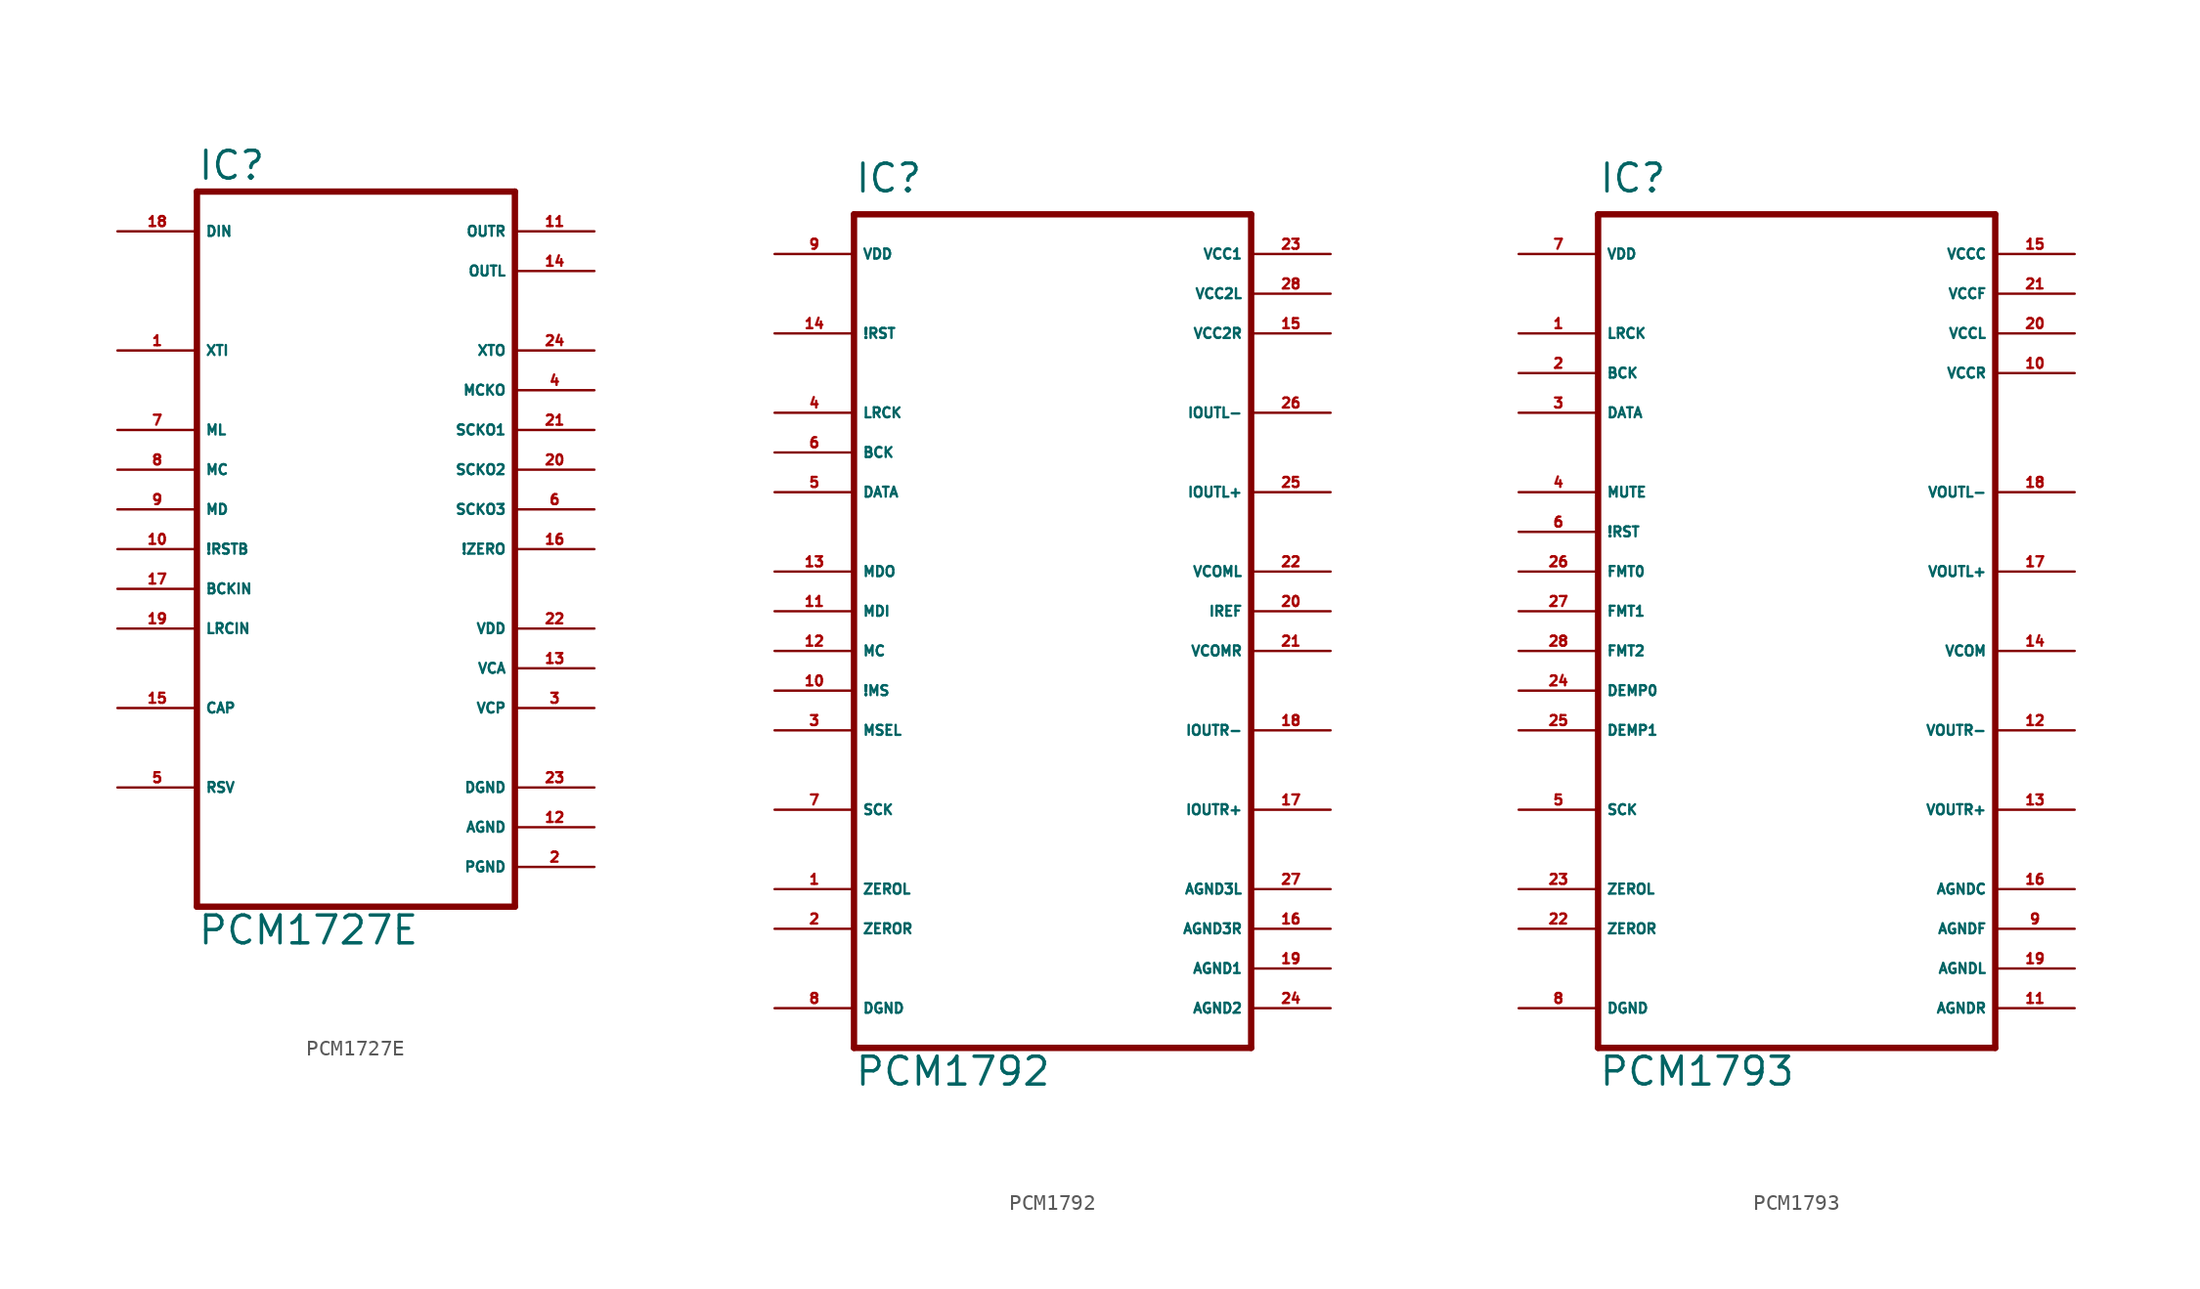
<source format=kicad_sym>
(kicad_symbol_lib
  (version 20220914)
  (generator Eagle2Kicad)
  (symbol "PCM1727E"
    (property "Reference" "IC"
      (at -10.16 23.495 0)
      (effects (font (size 1.778 1.778) (thickness 0.22)) (justify left bottom)))
    (property "Value" "PCM1727E"
      (at -10.16 -25.4 0)
      (effects (font (size 1.778 1.778) (thickness 0.22)) (justify left bottom)))
    (polyline
      (pts (xy 10.16 -22.86) (xy -10.16 -22.86))
      (stroke (width 0.406) (type default))
      (fill (type none)))
    (polyline
      (pts (xy -10.16 -22.86) (xy -10.16 22.86))
      (stroke (width 0.406) (type default))
      (fill (type none)))
    (polyline
      (pts (xy -10.16 22.86) (xy 10.16 22.86))
      (stroke (width 0.406) (type default))
      (fill (type none)))
    (polyline
      (pts (xy 10.16 22.86) (xy 10.16 -22.86))
      (stroke (width 0.406) (type default))
      (fill (type none)))
    (pin input line
      (at -15.24 20.32 0)
      (length 5.08)
      (name "DIN" (effects (font (size 0.635 0.635) (thickness 0.08)) (justify left bottom)))
      (number "18" (effects (font (size 0.635 0.635) (thickness 0.08)) (justify left bottom))))
    (pin input line
      (at -15.24 12.7 0)
      (length 5.08)
      (name "XTI" (effects (font (size 0.635 0.635) (thickness 0.08)) (justify left bottom)))
      (number "1" (effects (font (size 0.635 0.635) (thickness 0.08)) (justify left bottom))))
    (pin input line
      (at -15.24 7.62 0)
      (length 5.08)
      (name "ML" (effects (font (size 0.635 0.635) (thickness 0.08)) (justify left bottom)))
      (number "7" (effects (font (size 0.635 0.635) (thickness 0.08)) (justify left bottom))))
    (pin input line
      (at -15.24 5.08 0)
      (length 5.08)
      (name "MC" (effects (font (size 0.635 0.635) (thickness 0.08)) (justify left bottom)))
      (number "8" (effects (font (size 0.635 0.635) (thickness 0.08)) (justify left bottom))))
    (pin input line
      (at -15.24 2.54 0)
      (length 5.08)
      (name "MD" (effects (font (size 0.635 0.635) (thickness 0.08)) (justify left bottom)))
      (number "9" (effects (font (size 0.635 0.635) (thickness 0.08)) (justify left bottom))))
    (pin input line
      (at -15.24 0 0)
      (length 5.08)
      (name "!RSTB" (effects (font (size 0.635 0.635) (thickness 0.08)) (justify left bottom)))
      (number "10" (effects (font (size 0.635 0.635) (thickness 0.08)) (justify left bottom))))
    (pin input line
      (at -15.24 -2.54 0)
      (length 5.08)
      (name "BCKIN" (effects (font (size 0.635 0.635) (thickness 0.08)) (justify left bottom)))
      (number "17" (effects (font (size 0.635 0.635) (thickness 0.08)) (justify left bottom))))
    (pin input line
      (at -15.24 -5.08 0)
      (length 5.08)
      (name "LRCIN" (effects (font (size 0.635 0.635) (thickness 0.08)) (justify left bottom)))
      (number "19" (effects (font (size 0.635 0.635) (thickness 0.08)) (justify left bottom))))
    (pin output line
      (at 15.24 20.32 180)
      (length 5.08)
      (name "OUTR" (effects (font (size 0.635 0.635) (thickness 0.08)) (justify left bottom)))
      (number "11" (effects (font (size 0.635 0.635) (thickness 0.08)) (justify left bottom))))
    (pin output line
      (at 15.24 17.78 180)
      (length 5.08)
      (name "OUTL" (effects (font (size 0.635 0.635) (thickness 0.08)) (justify left bottom)))
      (number "14" (effects (font (size 0.635 0.635) (thickness 0.08)) (justify left bottom))))
    (pin output line
      (at 15.24 10.16 180)
      (length 5.08)
      (name "MCKO" (effects (font (size 0.635 0.635) (thickness 0.08)) (justify left bottom)))
      (number "4" (effects (font (size 0.635 0.635) (thickness 0.08)) (justify left bottom))))
    (pin output line
      (at 15.24 7.62 180)
      (length 5.08)
      (name "SCKO1" (effects (font (size 0.635 0.635) (thickness 0.08)) (justify left bottom)))
      (number "21" (effects (font (size 0.635 0.635) (thickness 0.08)) (justify left bottom))))
    (pin output line
      (at 15.24 5.08 180)
      (length 5.08)
      (name "SCKO2" (effects (font (size 0.635 0.635) (thickness 0.08)) (justify left bottom)))
      (number "20" (effects (font (size 0.635 0.635) (thickness 0.08)) (justify left bottom))))
    (pin output line
      (at 15.24 2.54 180)
      (length 5.08)
      (name "SCKO3" (effects (font (size 0.635 0.635) (thickness 0.08)) (justify left bottom)))
      (number "6" (effects (font (size 0.635 0.635) (thickness 0.08)) (justify left bottom))))
    (pin output line
      (at 15.24 12.7 180)
      (length 5.08)
      (name "XTO" (effects (font (size 0.635 0.635) (thickness 0.08)) (justify left bottom)))
      (number "24" (effects (font (size 0.635 0.635) (thickness 0.08)) (justify left bottom))))
    (pin output line
      (at 15.24 0 180)
      (length 5.08)
      (name "!ZERO" (effects (font (size 0.635 0.635) (thickness 0.08)) (justify left bottom)))
      (number "16" (effects (font (size 0.635 0.635) (thickness 0.08)) (justify left bottom))))
    (pin unspecified line
      (at 15.24 -5.08 180)
      (length 5.08)
      (name "VDD" (effects (font (size 0.635 0.635) (thickness 0.08)) (justify left bottom)))
      (number "22" (effects (font (size 0.635 0.635) (thickness 0.08)) (justify left bottom))))
    (pin unspecified line
      (at 15.24 -7.62 180)
      (length 5.08)
      (name "VCA" (effects (font (size 0.635 0.635) (thickness 0.08)) (justify left bottom)))
      (number "13" (effects (font (size 0.635 0.635) (thickness 0.08)) (justify left bottom))))
    (pin unspecified line
      (at 15.24 -10.16 180)
      (length 5.08)
      (name "VCP" (effects (font (size 0.635 0.635) (thickness 0.08)) (justify left bottom)))
      (number "3" (effects (font (size 0.635 0.635) (thickness 0.08)) (justify left bottom))))
    (pin unspecified line
      (at 15.24 -15.24 180)
      (length 5.08)
      (name "DGND" (effects (font (size 0.635 0.635) (thickness 0.08)) (justify left bottom)))
      (number "23" (effects (font (size 0.635 0.635) (thickness 0.08)) (justify left bottom))))
    (pin unspecified line
      (at 15.24 -17.78 180)
      (length 5.08)
      (name "AGND" (effects (font (size 0.635 0.635) (thickness 0.08)) (justify left bottom)))
      (number "12" (effects (font (size 0.635 0.635) (thickness 0.08)) (justify left bottom))))
    (pin unspecified line
      (at 15.24 -20.32 180)
      (length 5.08)
      (name "PGND" (effects (font (size 0.635 0.635) (thickness 0.08)) (justify left bottom)))
      (number "2" (effects (font (size 0.635 0.635) (thickness 0.08)) (justify left bottom))))
    (pin passive line
      (at -15.24 -15.24 0)
      (length 5.08)
      (name "RSV" (effects (font (size 0.635 0.635) (thickness 0.08)) (justify left bottom)))
      (number "5" (effects (font (size 0.635 0.635) (thickness 0.08)) (justify left bottom))))
    (pin passive line
      (at -15.24 -10.16 0)
      (length 5.08)
      (name "CAP" (effects (font (size 0.635 0.635) (thickness 0.08)) (justify left bottom)))
      (number "15" (effects (font (size 0.635 0.635) (thickness 0.08)) (justify left bottom)))))
  (symbol "PCM1792"
    (property "Reference" "IC"
      (at -12.7 29.21 0)
      (effects (font (size 1.778 1.778) (thickness 0.22)) (justify left bottom)))
    (property "Value" "PCM1792"
      (at -12.7 -27.94 0)
      (effects (font (size 1.778 1.778) (thickness 0.22)) (justify left bottom)))
    (polyline
      (pts (xy 12.7 -25.4) (xy -12.7 -25.4))
      (stroke (width 0.406) (type default))
      (fill (type none)))
    (polyline
      (pts (xy -12.7 -25.4) (xy -12.7 27.94))
      (stroke (width 0.406) (type default))
      (fill (type none)))
    (polyline
      (pts (xy -12.7 27.94) (xy 12.7 27.94))
      (stroke (width 0.406) (type default))
      (fill (type none)))
    (polyline
      (pts (xy 12.7 27.94) (xy 12.7 -25.4))
      (stroke (width 0.406) (type default))
      (fill (type none)))
    (pin input line
      (at -17.78 -5.08 0)
      (length 5.08)
      (name "MSEL" (effects (font (size 0.635 0.635) (thickness 0.08)) (justify left bottom)))
      (number "3" (effects (font (size 0.635 0.635) (thickness 0.08)) (justify left bottom))))
    (pin input line
      (at -17.78 15.24 0)
      (length 5.08)
      (name "LRCK" (effects (font (size 0.635 0.635) (thickness 0.08)) (justify left bottom)))
      (number "4" (effects (font (size 0.635 0.635) (thickness 0.08)) (justify left bottom))))
    (pin input line
      (at -17.78 10.16 0)
      (length 5.08)
      (name "DATA" (effects (font (size 0.635 0.635) (thickness 0.08)) (justify left bottom)))
      (number "5" (effects (font (size 0.635 0.635) (thickness 0.08)) (justify left bottom))))
    (pin input line
      (at -17.78 2.54 0)
      (length 5.08)
      (name "MDI" (effects (font (size 0.635 0.635) (thickness 0.08)) (justify left bottom)))
      (number "11" (effects (font (size 0.635 0.635) (thickness 0.08)) (justify left bottom))))
    (pin input line
      (at -17.78 -2.54 0)
      (length 5.08)
      (name "!MS" (effects (font (size 0.635 0.635) (thickness 0.08)) (justify left bottom)))
      (number "10" (effects (font (size 0.635 0.635) (thickness 0.08)) (justify left bottom))))
    (pin input line
      (at -17.78 0 0)
      (length 5.08)
      (name "MC" (effects (font (size 0.635 0.635) (thickness 0.08)) (justify left bottom)))
      (number "12" (effects (font (size 0.635 0.635) (thickness 0.08)) (justify left bottom))))
    (pin input line
      (at -17.78 12.7 0)
      (length 5.08)
      (name "BCK" (effects (font (size 0.635 0.635) (thickness 0.08)) (justify left bottom)))
      (number "6" (effects (font (size 0.635 0.635) (thickness 0.08)) (justify left bottom))))
    (pin input line
      (at -17.78 -10.16 0)
      (length 5.08)
      (name "SCK" (effects (font (size 0.635 0.635) (thickness 0.08)) (justify left bottom)))
      (number "7" (effects (font (size 0.635 0.635) (thickness 0.08)) (justify left bottom))))
    (pin output line
      (at 17.78 15.24 180)
      (length 5.08)
      (name "IOUTL-" (effects (font (size 0.635 0.635) (thickness 0.08)) (justify left bottom)))
      (number "26" (effects (font (size 0.635 0.635) (thickness 0.08)) (justify left bottom))))
    (pin output line
      (at 17.78 10.16 180)
      (length 5.08)
      (name "IOUTL+" (effects (font (size 0.635 0.635) (thickness 0.08)) (justify left bottom)))
      (number "25" (effects (font (size 0.635 0.635) (thickness 0.08)) (justify left bottom))))
    (pin passive line
      (at 17.78 2.54 180)
      (length 5.08)
      (name "IREF" (effects (font (size 0.635 0.635) (thickness 0.08)) (justify left bottom)))
      (number "20" (effects (font (size 0.635 0.635) (thickness 0.08)) (justify left bottom))))
    (pin output line
      (at -17.78 -15.24 0)
      (length 5.08)
      (name "ZEROL" (effects (font (size 0.635 0.635) (thickness 0.08)) (justify left bottom)))
      (number "1" (effects (font (size 0.635 0.635) (thickness 0.08)) (justify left bottom))))
    (pin unspecified line
      (at -17.78 25.4 0)
      (length 5.08)
      (name "VDD" (effects (font (size 0.635 0.635) (thickness 0.08)) (justify left bottom)))
      (number "9" (effects (font (size 0.635 0.635) (thickness 0.08)) (justify left bottom))))
    (pin unspecified line
      (at 17.78 -22.86 180)
      (length 5.08)
      (name "AGND2" (effects (font (size 0.635 0.635) (thickness 0.08)) (justify left bottom)))
      (number "24" (effects (font (size 0.635 0.635) (thickness 0.08)) (justify left bottom))))
    (pin unspecified line
      (at 17.78 -15.24 180)
      (length 5.08)
      (name "AGND3L" (effects (font (size 0.635 0.635) (thickness 0.08)) (justify left bottom)))
      (number "27" (effects (font (size 0.635 0.635) (thickness 0.08)) (justify left bottom))))
    (pin unspecified line
      (at -17.78 -22.86 0)
      (length 5.08)
      (name "DGND" (effects (font (size 0.635 0.635) (thickness 0.08)) (justify left bottom)))
      (number "8" (effects (font (size 0.635 0.635) (thickness 0.08)) (justify left bottom))))
    (pin unspecified line
      (at 17.78 25.4 180)
      (length 5.08)
      (name "VCC1" (effects (font (size 0.635 0.635) (thickness 0.08)) (justify left bottom)))
      (number "23" (effects (font (size 0.635 0.635) (thickness 0.08)) (justify left bottom))))
    (pin passive line
      (at 17.78 5.08 180)
      (length 5.08)
      (name "VCOML" (effects (font (size 0.635 0.635) (thickness 0.08)) (justify left bottom)))
      (number "22" (effects (font (size 0.635 0.635) (thickness 0.08)) (justify left bottom))))
    (pin output line
      (at -17.78 -17.78 0)
      (length 5.08)
      (name "ZEROR" (effects (font (size 0.635 0.635) (thickness 0.08)) (justify left bottom)))
      (number "2" (effects (font (size 0.635 0.635) (thickness 0.08)) (justify left bottom))))
    (pin output line
      (at -17.78 5.08 0)
      (length 5.08)
      (name "MDO" (effects (font (size 0.635 0.635) (thickness 0.08)) (justify left bottom)))
      (number "13" (effects (font (size 0.635 0.635) (thickness 0.08)) (justify left bottom))))
    (pin input line
      (at -17.78 20.32 0)
      (length 5.08)
      (name "!RST" (effects (font (size 0.635 0.635) (thickness 0.08)) (justify left bottom)))
      (number "14" (effects (font (size 0.635 0.635) (thickness 0.08)) (justify left bottom))))
    (pin unspecified line
      (at 17.78 22.86 180)
      (length 5.08)
      (name "VCC2L" (effects (font (size 0.635 0.635) (thickness 0.08)) (justify left bottom)))
      (number "28" (effects (font (size 0.635 0.635) (thickness 0.08)) (justify left bottom))))
    (pin passive line
      (at 17.78 0 180)
      (length 5.08)
      (name "VCOMR" (effects (font (size 0.635 0.635) (thickness 0.08)) (justify left bottom)))
      (number "21" (effects (font (size 0.635 0.635) (thickness 0.08)) (justify left bottom))))
    (pin output line
      (at 17.78 -10.16 180)
      (length 5.08)
      (name "IOUTR+" (effects (font (size 0.635 0.635) (thickness 0.08)) (justify left bottom)))
      (number "17" (effects (font (size 0.635 0.635) (thickness 0.08)) (justify left bottom))))
    (pin output line
      (at 17.78 -5.08 180)
      (length 5.08)
      (name "IOUTR-" (effects (font (size 0.635 0.635) (thickness 0.08)) (justify left bottom)))
      (number "18" (effects (font (size 0.635 0.635) (thickness 0.08)) (justify left bottom))))
    (pin unspecified line
      (at 17.78 -20.32 180)
      (length 5.08)
      (name "AGND1" (effects (font (size 0.635 0.635) (thickness 0.08)) (justify left bottom)))
      (number "19" (effects (font (size 0.635 0.635) (thickness 0.08)) (justify left bottom))))
    (pin unspecified line
      (at 17.78 -17.78 180)
      (length 5.08)
      (name "AGND3R" (effects (font (size 0.635 0.635) (thickness 0.08)) (justify left bottom)))
      (number "16" (effects (font (size 0.635 0.635) (thickness 0.08)) (justify left bottom))))
    (pin unspecified line
      (at 17.78 20.32 180)
      (length 5.08)
      (name "VCC2R" (effects (font (size 0.635 0.635) (thickness 0.08)) (justify left bottom)))
      (number "15" (effects (font (size 0.635 0.635) (thickness 0.08)) (justify left bottom)))))
  (symbol "PCM1793"
    (property "Reference" "IC"
      (at -12.7 29.21 0)
      (effects (font (size 1.778 1.778) (thickness 0.22)) (justify left bottom)))
    (property "Value" "PCM1793"
      (at -12.7 -27.94 0)
      (effects (font (size 1.778 1.778) (thickness 0.22)) (justify left bottom)))
    (polyline
      (pts (xy 12.7 -25.4) (xy -12.7 -25.4))
      (stroke (width 0.406) (type default))
      (fill (type none)))
    (polyline
      (pts (xy -12.7 -25.4) (xy -12.7 27.94))
      (stroke (width 0.406) (type default))
      (fill (type none)))
    (polyline
      (pts (xy -12.7 27.94) (xy 12.7 27.94))
      (stroke (width 0.406) (type default))
      (fill (type none)))
    (polyline
      (pts (xy 12.7 27.94) (xy 12.7 -25.4))
      (stroke (width 0.406) (type default))
      (fill (type none)))
    (pin input line
      (at -17.78 -2.54 0)
      (length 5.08)
      (name "DEMP0" (effects (font (size 0.635 0.635) (thickness 0.08)) (justify left bottom)))
      (number "24" (effects (font (size 0.635 0.635) (thickness 0.08)) (justify left bottom))))
    (pin input line
      (at -17.78 20.32 0)
      (length 5.08)
      (name "LRCK" (effects (font (size 0.635 0.635) (thickness 0.08)) (justify left bottom)))
      (number "1" (effects (font (size 0.635 0.635) (thickness 0.08)) (justify left bottom))))
    (pin input line
      (at -17.78 15.24 0)
      (length 5.08)
      (name "DATA" (effects (font (size 0.635 0.635) (thickness 0.08)) (justify left bottom)))
      (number "3" (effects (font (size 0.635 0.635) (thickness 0.08)) (justify left bottom))))
    (pin input line
      (at -17.78 5.08 0)
      (length 5.08)
      (name "FMT0" (effects (font (size 0.635 0.635) (thickness 0.08)) (justify left bottom)))
      (number "26" (effects (font (size 0.635 0.635) (thickness 0.08)) (justify left bottom))))
    (pin input line
      (at -17.78 0 0)
      (length 5.08)
      (name "FMT2" (effects (font (size 0.635 0.635) (thickness 0.08)) (justify left bottom)))
      (number "28" (effects (font (size 0.635 0.635) (thickness 0.08)) (justify left bottom))))
    (pin input line
      (at -17.78 2.54 0)
      (length 5.08)
      (name "FMT1" (effects (font (size 0.635 0.635) (thickness 0.08)) (justify left bottom)))
      (number "27" (effects (font (size 0.635 0.635) (thickness 0.08)) (justify left bottom))))
    (pin input line
      (at -17.78 17.78 0)
      (length 5.08)
      (name "BCK" (effects (font (size 0.635 0.635) (thickness 0.08)) (justify left bottom)))
      (number "2" (effects (font (size 0.635 0.635) (thickness 0.08)) (justify left bottom))))
    (pin input line
      (at -17.78 -10.16 0)
      (length 5.08)
      (name "SCK" (effects (font (size 0.635 0.635) (thickness 0.08)) (justify left bottom)))
      (number "5" (effects (font (size 0.635 0.635) (thickness 0.08)) (justify left bottom))))
    (pin output line
      (at 17.78 10.16 180)
      (length 5.08)
      (name "VOUTL-" (effects (font (size 0.635 0.635) (thickness 0.08)) (justify left bottom)))
      (number "18" (effects (font (size 0.635 0.635) (thickness 0.08)) (justify left bottom))))
    (pin output line
      (at 17.78 5.08 180)
      (length 5.08)
      (name "VOUTL+" (effects (font (size 0.635 0.635) (thickness 0.08)) (justify left bottom)))
      (number "17" (effects (font (size 0.635 0.635) (thickness 0.08)) (justify left bottom))))
    (pin output line
      (at -17.78 -15.24 0)
      (length 5.08)
      (name "ZEROL" (effects (font (size 0.635 0.635) (thickness 0.08)) (justify left bottom)))
      (number "23" (effects (font (size 0.635 0.635) (thickness 0.08)) (justify left bottom))))
    (pin unspecified line
      (at -17.78 25.4 0)
      (length 5.08)
      (name "VDD" (effects (font (size 0.635 0.635) (thickness 0.08)) (justify left bottom)))
      (number "7" (effects (font (size 0.635 0.635) (thickness 0.08)) (justify left bottom))))
    (pin unspecified line
      (at 17.78 22.86 180)
      (length 5.08)
      (name "VCCF" (effects (font (size 0.635 0.635) (thickness 0.08)) (justify left bottom)))
      (number "21" (effects (font (size 0.635 0.635) (thickness 0.08)) (justify left bottom))))
    (pin unspecified line
      (at 17.78 -15.24 180)
      (length 5.08)
      (name "AGNDC" (effects (font (size 0.635 0.635) (thickness 0.08)) (justify left bottom)))
      (number "16" (effects (font (size 0.635 0.635) (thickness 0.08)) (justify left bottom))))
    (pin unspecified line
      (at -17.78 -22.86 0)
      (length 5.08)
      (name "DGND" (effects (font (size 0.635 0.635) (thickness 0.08)) (justify left bottom)))
      (number "8" (effects (font (size 0.635 0.635) (thickness 0.08)) (justify left bottom))))
    (pin unspecified line
      (at 17.78 25.4 180)
      (length 5.08)
      (name "VCCC" (effects (font (size 0.635 0.635) (thickness 0.08)) (justify left bottom)))
      (number "15" (effects (font (size 0.635 0.635) (thickness 0.08)) (justify left bottom))))
    (pin passive line
      (at 17.78 0 180)
      (length 5.08)
      (name "VCOM" (effects (font (size 0.635 0.635) (thickness 0.08)) (justify left bottom)))
      (number "14" (effects (font (size 0.635 0.635) (thickness 0.08)) (justify left bottom))))
    (pin output line
      (at -17.78 -17.78 0)
      (length 5.08)
      (name "ZEROR" (effects (font (size 0.635 0.635) (thickness 0.08)) (justify left bottom)))
      (number "22" (effects (font (size 0.635 0.635) (thickness 0.08)) (justify left bottom))))
    (pin input line
      (at -17.78 -5.08 0)
      (length 5.08)
      (name "DEMP1" (effects (font (size 0.635 0.635) (thickness 0.08)) (justify left bottom)))
      (number "25" (effects (font (size 0.635 0.635) (thickness 0.08)) (justify left bottom))))
    (pin input line
      (at -17.78 7.62 0)
      (length 5.08)
      (name "!RST" (effects (font (size 0.635 0.635) (thickness 0.08)) (justify left bottom)))
      (number "6" (effects (font (size 0.635 0.635) (thickness 0.08)) (justify left bottom))))
    (pin unspecified line
      (at 17.78 20.32 180)
      (length 5.08)
      (name "VCCL" (effects (font (size 0.635 0.635) (thickness 0.08)) (justify left bottom)))
      (number "20" (effects (font (size 0.635 0.635) (thickness 0.08)) (justify left bottom))))
    (pin output line
      (at 17.78 -10.16 180)
      (length 5.08)
      (name "VOUTR+" (effects (font (size 0.635 0.635) (thickness 0.08)) (justify left bottom)))
      (number "13" (effects (font (size 0.635 0.635) (thickness 0.08)) (justify left bottom))))
    (pin output line
      (at 17.78 -5.08 180)
      (length 5.08)
      (name "VOUTR-" (effects (font (size 0.635 0.635) (thickness 0.08)) (justify left bottom)))
      (number "12" (effects (font (size 0.635 0.635) (thickness 0.08)) (justify left bottom))))
    (pin unspecified line
      (at 17.78 -20.32 180)
      (length 5.08)
      (name "AGNDL" (effects (font (size 0.635 0.635) (thickness 0.08)) (justify left bottom)))
      (number "19" (effects (font (size 0.635 0.635) (thickness 0.08)) (justify left bottom))))
    (pin unspecified line
      (at 17.78 -22.86 180)
      (length 5.08)
      (name "AGNDR" (effects (font (size 0.635 0.635) (thickness 0.08)) (justify left bottom)))
      (number "11" (effects (font (size 0.635 0.635) (thickness 0.08)) (justify left bottom))))
    (pin unspecified line
      (at 17.78 17.78 180)
      (length 5.08)
      (name "VCCR" (effects (font (size 0.635 0.635) (thickness 0.08)) (justify left bottom)))
      (number "10" (effects (font (size 0.635 0.635) (thickness 0.08)) (justify left bottom))))
    (pin unspecified line
      (at 17.78 -17.78 180)
      (length 5.08)
      (name "AGNDF" (effects (font (size 0.635 0.635) (thickness 0.08)) (justify left bottom)))
      (number "9" (effects (font (size 0.635 0.635) (thickness 0.08)) (justify left bottom))))
    (pin input line
      (at -17.78 10.16 0)
      (length 5.08)
      (name "MUTE" (effects (font (size 0.635 0.635) (thickness 0.08)) (justify left bottom)))
      (number "4" (effects (font (size 0.635 0.635) (thickness 0.08)) (justify left bottom))))))
</source>
